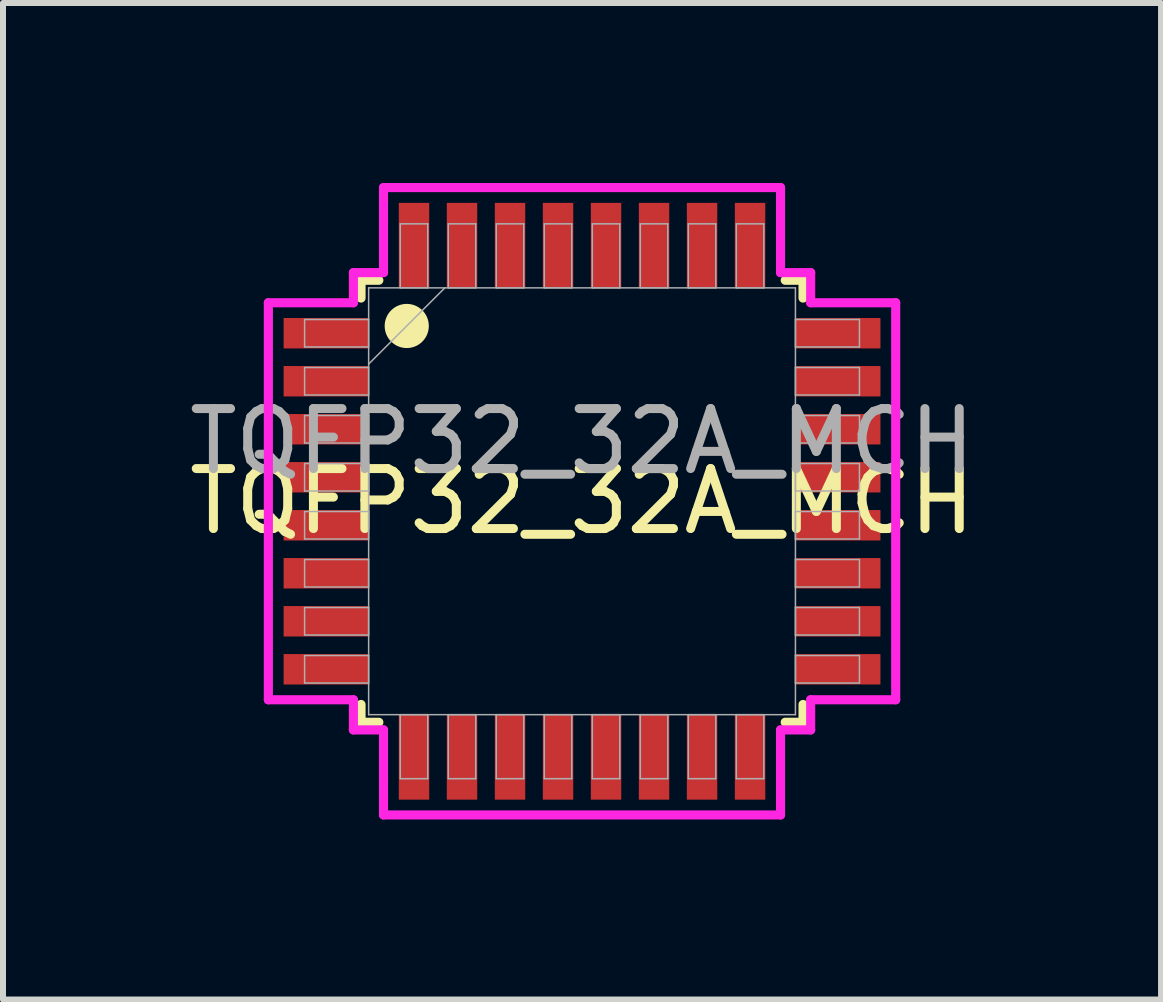
<source format=kicad_pcb>
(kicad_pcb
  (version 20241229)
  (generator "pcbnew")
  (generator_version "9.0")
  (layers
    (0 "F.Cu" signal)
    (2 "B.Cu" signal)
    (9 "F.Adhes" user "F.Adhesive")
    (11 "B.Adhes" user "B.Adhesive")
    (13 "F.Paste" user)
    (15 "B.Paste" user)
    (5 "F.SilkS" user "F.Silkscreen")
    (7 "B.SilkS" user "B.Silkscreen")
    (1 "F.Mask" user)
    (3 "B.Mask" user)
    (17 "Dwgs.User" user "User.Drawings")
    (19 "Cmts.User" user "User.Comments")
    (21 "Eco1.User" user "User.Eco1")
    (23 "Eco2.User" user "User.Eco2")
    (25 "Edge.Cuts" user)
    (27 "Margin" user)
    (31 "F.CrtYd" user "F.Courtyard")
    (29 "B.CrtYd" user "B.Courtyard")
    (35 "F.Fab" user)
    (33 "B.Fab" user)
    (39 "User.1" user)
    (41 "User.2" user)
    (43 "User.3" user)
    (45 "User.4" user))
  (footprint "TQFP32_32A_MCH"
    (layer "F.Cu")
    (at 6.649 5.303)
    (property "Reference" "TQFP32_32A_MCH" (at 0 0 0) (unlocked yes) (layer "F.SilkS") (effects (font (size 1 1) (thickness 0.15))))
    (attr smd)
    (fp_line (start -3.683 -3.683) (end -3.683 -3.386) (stroke (width 0.152) (type solid)) (layer "F.SilkS"))
    (fp_line (start -3.683 3.386) (end -3.683 3.683) (stroke (width 0.152) (type solid)) (layer "F.SilkS"))
    (fp_line (start -3.683 3.683) (end -3.386 3.683) (stroke (width 0.152) (type solid)) (layer "F.SilkS"))
    (fp_line (start -3.386 -3.683) (end -3.683 -3.683) (stroke (width 0.152) (type solid)) (layer "F.SilkS"))
    (fp_line (start 3.386 3.683) (end 3.683 3.683) (stroke (width 0.152) (type solid)) (layer "F.SilkS"))
    (fp_line (start 3.683 -3.683) (end 3.386 -3.683) (stroke (width 0.152) (type solid)) (layer "F.SilkS"))
    (fp_line (start 3.683 -3.386) (end 3.683 -3.683) (stroke (width 0.152) (type solid)) (layer "F.SilkS"))
    (fp_line (start 3.683 3.683) (end 3.683 3.386) (stroke (width 0.152) (type solid)) (layer "F.SilkS"))
    (fp_circle (center -2.921 -2.921) (end -3.214 -2.921) (stroke (width 0.15) (type solid)) (fill yes) (layer "F.SilkS"))
    (fp_line (start -5.227 -3.308) (end -3.81 -3.308) (stroke (width 0.152) (type solid)) (layer "F.CrtYd"))
    (fp_line (start -5.227 3.308) (end -5.227 -3.308) (stroke (width 0.152) (type solid)) (layer "F.CrtYd"))
    (fp_line (start -3.81 -3.81) (end -3.308 -3.81) (stroke (width 0.152) (type solid)) (layer "F.CrtYd"))
    (fp_line (start -3.81 -3.308) (end -3.81 -3.81) (stroke (width 0.152) (type solid)) (layer "F.CrtYd"))
    (fp_line (start -3.81 3.308) (end -5.227 3.308) (stroke (width 0.152) (type solid)) (layer "F.CrtYd"))
    (fp_line (start -3.81 3.81) (end -3.81 3.308) (stroke (width 0.152) (type solid)) (layer "F.CrtYd"))
    (fp_line (start -3.81 3.81) (end -3.308 3.81) (stroke (width 0.152) (type solid)) (layer "F.CrtYd"))
    (fp_line (start -3.308 -5.227) (end 3.308 -5.227) (stroke (width 0.152) (type solid)) (layer "F.CrtYd"))
    (fp_line (start -3.308 -3.81) (end -3.308 -5.227) (stroke (width 0.152) (type solid)) (layer "F.CrtYd"))
    (fp_line (start -3.308 3.81) (end -3.308 5.227) (stroke (width 0.152) (type solid)) (layer "F.CrtYd"))
    (fp_line (start -3.308 5.227) (end 3.308 5.227) (stroke (width 0.152) (type solid)) (layer "F.CrtYd"))
    (fp_line (start 3.308 -5.227) (end 3.308 -3.81) (stroke (width 0.152) (type solid)) (layer "F.CrtYd"))
    (fp_line (start 3.308 -3.81) (end 3.81 -3.81) (stroke (width 0.152) (type solid)) (layer "F.CrtYd"))
    (fp_line (start 3.308 3.81) (end 3.81 3.81) (stroke (width 0.152) (type solid)) (layer "F.CrtYd"))
    (fp_line (start 3.308 5.227) (end 3.308 3.81) (stroke (width 0.152) (type solid)) (layer "F.CrtYd"))
    (fp_line (start 3.81 -3.308) (end 3.81 -3.81) (stroke (width 0.152) (type solid)) (layer "F.CrtYd"))
    (fp_line (start 3.81 3.308) (end 5.227 3.308) (stroke (width 0.152) (type solid)) (layer "F.CrtYd"))
    (fp_line (start 3.81 3.81) (end 3.81 3.308) (stroke (width 0.152) (type solid)) (layer "F.CrtYd"))
    (fp_line (start 5.227 -3.308) (end 3.81 -3.308) (stroke (width 0.152) (type solid)) (layer "F.CrtYd"))
    (fp_line (start 5.227 3.308) (end 5.227 -3.308) (stroke (width 0.152) (type solid)) (layer "F.CrtYd"))
    (fp_line (start -4.623 -3.029) (end -4.623 -2.571) (stroke (width 0.025) (type solid)) (layer "F.Fab"))
    (fp_line (start -4.623 -2.571) (end -3.556 -2.571) (stroke (width 0.025) (type solid)) (layer "F.Fab"))
    (fp_line (start -4.623 -2.229) (end -4.623 -1.771) (stroke (width 0.025) (type solid)) (layer "F.Fab"))
    (fp_line (start -4.623 -1.771) (end -3.556 -1.771) (stroke (width 0.025) (type solid)) (layer "F.Fab"))
    (fp_line (start -4.623 -1.429) (end -4.623 -0.971) (stroke (width 0.025) (type solid)) (layer "F.Fab"))
    (fp_line (start -4.623 -0.971) (end -3.556 -0.971) (stroke (width 0.025) (type solid)) (layer "F.Fab"))
    (fp_line (start -4.623 -0.629) (end -4.623 -0.171) (stroke (width 0.025) (type solid)) (layer "F.Fab"))
    (fp_line (start -4.623 -0.171) (end -3.556 -0.171) (stroke (width 0.025) (type solid)) (layer "F.Fab"))
    (fp_line (start -4.623 0.171) (end -4.623 0.629) (stroke (width 0.025) (type solid)) (layer "F.Fab"))
    (fp_line (start -4.623 0.629) (end -3.556 0.629) (stroke (width 0.025) (type solid)) (layer "F.Fab"))
    (fp_line (start -4.623 0.971) (end -4.623 1.429) (stroke (width 0.025) (type solid)) (layer "F.Fab"))
    (fp_line (start -4.623 1.429) (end -3.556 1.429) (stroke (width 0.025) (type solid)) (layer "F.Fab"))
    (fp_line (start -4.623 1.771) (end -4.623 2.229) (stroke (width 0.025) (type solid)) (layer "F.Fab"))
    (fp_line (start -4.623 2.229) (end -3.556 2.229) (stroke (width 0.025) (type solid)) (layer "F.Fab"))
    (fp_line (start -4.623 2.571) (end -4.623 3.029) (stroke (width 0.025) (type solid)) (layer "F.Fab"))
    (fp_line (start -4.623 3.029) (end -3.556 3.029) (stroke (width 0.025) (type solid)) (layer "F.Fab"))
    (fp_line (start -3.556 -3.556) (end -3.556 3.556) (stroke (width 0.025) (type solid)) (layer "F.Fab"))
    (fp_line (start -3.556 -3.029) (end -4.623 -3.029) (stroke (width 0.025) (type solid)) (layer "F.Fab"))
    (fp_line (start -3.556 -2.571) (end -3.556 -3.029) (stroke (width 0.025) (type solid)) (layer "F.Fab"))
    (fp_line (start -3.556 -2.286) (end -2.286 -3.556) (stroke (width 0.025) (type solid)) (layer "F.Fab"))
    (fp_line (start -3.556 -2.229) (end -4.623 -2.229) (stroke (width 0.025) (type solid)) (layer "F.Fab"))
    (fp_line (start -3.556 -1.771) (end -3.556 -2.229) (stroke (width 0.025) (type solid)) (layer "F.Fab"))
    (fp_line (start -3.556 -1.429) (end -4.623 -1.429) (stroke (width 0.025) (type solid)) (layer "F.Fab"))
    (fp_line (start -3.556 -0.971) (end -3.556 -1.429) (stroke (width 0.025) (type solid)) (layer "F.Fab"))
    (fp_line (start -3.556 -0.629) (end -4.623 -0.629) (stroke (width 0.025) (type solid)) (layer "F.Fab"))
    (fp_line (start -3.556 -0.171) (end -3.556 -0.629) (stroke (width 0.025) (type solid)) (layer "F.Fab"))
    (fp_line (start -3.556 0.171) (end -4.623 0.171) (stroke (width 0.025) (type solid)) (layer "F.Fab"))
    (fp_line (start -3.556 0.629) (end -3.556 0.171) (stroke (width 0.025) (type solid)) (layer "F.Fab"))
    (fp_line (start -3.556 0.971) (end -4.623 0.971) (stroke (width 0.025) (type solid)) (layer "F.Fab"))
    (fp_line (start -3.556 1.429) (end -3.556 0.971) (stroke (width 0.025) (type solid)) (layer "F.Fab"))
    (fp_line (start -3.556 1.771) (end -4.623 1.771) (stroke (width 0.025) (type solid)) (layer "F.Fab"))
    (fp_line (start -3.556 2.229) (end -3.556 1.771) (stroke (width 0.025) (type solid)) (layer "F.Fab"))
    (fp_line (start -3.556 2.571) (end -4.623 2.571) (stroke (width 0.025) (type solid)) (layer "F.Fab"))
    (fp_line (start -3.556 3.029) (end -3.556 2.571) (stroke (width 0.025) (type solid)) (layer "F.Fab"))
    (fp_line (start -3.556 3.556) (end 3.556 3.556) (stroke (width 0.025) (type solid)) (layer "F.Fab"))
    (fp_line (start -3.029 -4.623) (end -3.029 -3.556) (stroke (width 0.025) (type solid)) (layer "F.Fab"))
    (fp_line (start -3.029 -3.556) (end -2.571 -3.556) (stroke (width 0.025) (type solid)) (layer "F.Fab"))
    (fp_line (start -3.029 3.556) (end -3.029 4.623) (stroke (width 0.025) (type solid)) (layer "F.Fab"))
    (fp_line (start -3.029 4.623) (end -2.571 4.623) (stroke (width 0.025) (type solid)) (layer "F.Fab"))
    (fp_line (start -2.571 -4.623) (end -3.029 -4.623) (stroke (width 0.025) (type solid)) (layer "F.Fab"))
    (fp_line (start -2.571 -3.556) (end -2.571 -4.623) (stroke (width 0.025) (type solid)) (layer "F.Fab"))
    (fp_line (start -2.571 3.556) (end -3.029 3.556) (stroke (width 0.025) (type solid)) (layer "F.Fab"))
    (fp_line (start -2.571 4.623) (end -2.571 3.556) (stroke (width 0.025) (type solid)) (layer "F.Fab"))
    (fp_line (start -2.229 -4.623) (end -2.229 -3.556) (stroke (width 0.025) (type solid)) (layer "F.Fab"))
    (fp_line (start -2.229 -3.556) (end -1.771 -3.556) (stroke (width 0.025) (type solid)) (layer "F.Fab"))
    (fp_line (start -2.229 3.556) (end -2.229 4.623) (stroke (width 0.025) (type solid)) (layer "F.Fab"))
    (fp_line (start -2.229 4.623) (end -1.771 4.623) (stroke (width 0.025) (type solid)) (layer "F.Fab"))
    (fp_line (start -1.771 -4.623) (end -2.229 -4.623) (stroke (width 0.025) (type solid)) (layer "F.Fab"))
    (fp_line (start -1.771 -3.556) (end -1.771 -4.623) (stroke (width 0.025) (type solid)) (layer "F.Fab"))
    (fp_line (start -1.771 3.556) (end -2.229 3.556) (stroke (width 0.025) (type solid)) (layer "F.Fab"))
    (fp_line (start -1.771 4.623) (end -1.771 3.556) (stroke (width 0.025) (type solid)) (layer "F.Fab"))
    (fp_line (start -1.429 -4.623) (end -1.429 -3.556) (stroke (width 0.025) (type solid)) (layer "F.Fab"))
    (fp_line (start -1.429 -3.556) (end -0.971 -3.556) (stroke (width 0.025) (type solid)) (layer "F.Fab"))
    (fp_line (start -1.429 3.556) (end -1.429 4.623) (stroke (width 0.025) (type solid)) (layer "F.Fab"))
    (fp_line (start -1.429 4.623) (end -0.971 4.623) (stroke (width 0.025) (type solid)) (layer "F.Fab"))
    (fp_line (start -0.971 -4.623) (end -1.429 -4.623) (stroke (width 0.025) (type solid)) (layer "F.Fab"))
    (fp_line (start -0.971 -3.556) (end -0.971 -4.623) (stroke (width 0.025) (type solid)) (layer "F.Fab"))
    (fp_line (start -0.971 3.556) (end -1.429 3.556) (stroke (width 0.025) (type solid)) (layer "F.Fab"))
    (fp_line (start -0.971 4.623) (end -0.971 3.556) (stroke (width 0.025) (type solid)) (layer "F.Fab"))
    (fp_line (start -0.629 -4.623) (end -0.629 -3.556) (stroke (width 0.025) (type solid)) (layer "F.Fab"))
    (fp_line (start -0.629 -3.556) (end -0.171 -3.556) (stroke (width 0.025) (type solid)) (layer "F.Fab"))
    (fp_line (start -0.629 3.556) (end -0.629 4.623) (stroke (width 0.025) (type solid)) (layer "F.Fab"))
    (fp_line (start -0.629 4.623) (end -0.171 4.623) (stroke (width 0.025) (type solid)) (layer "F.Fab"))
    (fp_line (start -0.171 -4.623) (end -0.629 -4.623) (stroke (width 0.025) (type solid)) (layer "F.Fab"))
    (fp_line (start -0.171 -3.556) (end -0.171 -4.623) (stroke (width 0.025) (type solid)) (layer "F.Fab"))
    (fp_line (start -0.171 3.556) (end -0.629 3.556) (stroke (width 0.025) (type solid)) (layer "F.Fab"))
    (fp_line (start -0.171 4.623) (end -0.171 3.556) (stroke (width 0.025) (type solid)) (layer "F.Fab"))
    (fp_line (start 0.171 -4.623) (end 0.171 -3.556) (stroke (width 0.025) (type solid)) (layer "F.Fab"))
    (fp_line (start 0.171 -3.556) (end 0.629 -3.556) (stroke (width 0.025) (type solid)) (layer "F.Fab"))
    (fp_line (start 0.171 3.556) (end 0.171 4.623) (stroke (width 0.025) (type solid)) (layer "F.Fab"))
    (fp_line (start 0.171 4.623) (end 0.629 4.623) (stroke (width 0.025) (type solid)) (layer "F.Fab"))
    (fp_line (start 0.629 -4.623) (end 0.171 -4.623) (stroke (width 0.025) (type solid)) (layer "F.Fab"))
    (fp_line (start 0.629 -3.556) (end 0.629 -4.623) (stroke (width 0.025) (type solid)) (layer "F.Fab"))
    (fp_line (start 0.629 3.556) (end 0.171 3.556) (stroke (width 0.025) (type solid)) (layer "F.Fab"))
    (fp_line (start 0.629 4.623) (end 0.629 3.556) (stroke (width 0.025) (type solid)) (layer "F.Fab"))
    (fp_line (start 0.971 -4.623) (end 0.971 -3.556) (stroke (width 0.025) (type solid)) (layer "F.Fab"))
    (fp_line (start 0.971 -3.556) (end 1.429 -3.556) (stroke (width 0.025) (type solid)) (layer "F.Fab"))
    (fp_line (start 0.971 3.556) (end 0.971 4.623) (stroke (width 0.025) (type solid)) (layer "F.Fab"))
    (fp_line (start 0.971 4.623) (end 1.429 4.623) (stroke (width 0.025) (type solid)) (layer "F.Fab"))
    (fp_line (start 1.429 -4.623) (end 0.971 -4.623) (stroke (width 0.025) (type solid)) (layer "F.Fab"))
    (fp_line (start 1.429 -3.556) (end 1.429 -4.623) (stroke (width 0.025) (type solid)) (layer "F.Fab"))
    (fp_line (start 1.429 3.556) (end 0.971 3.556) (stroke (width 0.025) (type solid)) (layer "F.Fab"))
    (fp_line (start 1.429 4.623) (end 1.429 3.556) (stroke (width 0.025) (type solid)) (layer "F.Fab"))
    (fp_line (start 1.771 -4.623) (end 1.771 -3.556) (stroke (width 0.025) (type solid)) (layer "F.Fab"))
    (fp_line (start 1.771 -3.556) (end 2.229 -3.556) (stroke (width 0.025) (type solid)) (layer "F.Fab"))
    (fp_line (start 1.771 3.556) (end 1.771 4.623) (stroke (width 0.025) (type solid)) (layer "F.Fab"))
    (fp_line (start 1.771 4.623) (end 2.229 4.623) (stroke (width 0.025) (type solid)) (layer "F.Fab"))
    (fp_line (start 2.229 -4.623) (end 1.771 -4.623) (stroke (width 0.025) (type solid)) (layer "F.Fab"))
    (fp_line (start 2.229 -3.556) (end 2.229 -4.623) (stroke (width 0.025) (type solid)) (layer "F.Fab"))
    (fp_line (start 2.229 3.556) (end 1.771 3.556) (stroke (width 0.025) (type solid)) (layer "F.Fab"))
    (fp_line (start 2.229 4.623) (end 2.229 3.556) (stroke (width 0.025) (type solid)) (layer "F.Fab"))
    (fp_line (start 2.571 -4.623) (end 2.571 -3.556) (stroke (width 0.025) (type solid)) (layer "F.Fab"))
    (fp_line (start 2.571 -3.556) (end 3.029 -3.556) (stroke (width 0.025) (type solid)) (layer "F.Fab"))
    (fp_line (start 2.571 3.556) (end 2.571 4.623) (stroke (width 0.025) (type solid)) (layer "F.Fab"))
    (fp_line (start 2.571 4.623) (end 3.029 4.623) (stroke (width 0.025) (type solid)) (layer "F.Fab"))
    (fp_line (start 3.029 -4.623) (end 2.571 -4.623) (stroke (width 0.025) (type solid)) (layer "F.Fab"))
    (fp_line (start 3.029 -3.556) (end 3.029 -4.623) (stroke (width 0.025) (type solid)) (layer "F.Fab"))
    (fp_line (start 3.029 3.556) (end 2.571 3.556) (stroke (width 0.025) (type solid)) (layer "F.Fab"))
    (fp_line (start 3.029 4.623) (end 3.029 3.556) (stroke (width 0.025) (type solid)) (layer "F.Fab"))
    (fp_line (start 3.556 -3.556) (end -3.556 -3.556) (stroke (width 0.025) (type solid)) (layer "F.Fab"))
    (fp_line (start 3.556 -3.029) (end 3.556 -2.571) (stroke (width 0.025) (type solid)) (layer "F.Fab"))
    (fp_line (start 3.556 -2.571) (end 4.623 -2.571) (stroke (width 0.025) (type solid)) (layer "F.Fab"))
    (fp_line (start 3.556 -2.229) (end 3.556 -1.771) (stroke (width 0.025) (type solid)) (layer "F.Fab"))
    (fp_line (start 3.556 -1.771) (end 4.623 -1.771) (stroke (width 0.025) (type solid)) (layer "F.Fab"))
    (fp_line (start 3.556 -1.429) (end 3.556 -0.971) (stroke (width 0.025) (type solid)) (layer "F.Fab"))
    (fp_line (start 3.556 -0.971) (end 4.623 -0.971) (stroke (width 0.025) (type solid)) (layer "F.Fab"))
    (fp_line (start 3.556 -0.629) (end 3.556 -0.171) (stroke (width 0.025) (type solid)) (layer "F.Fab"))
    (fp_line (start 3.556 -0.171) (end 4.623 -0.171) (stroke (width 0.025) (type solid)) (layer "F.Fab"))
    (fp_line (start 3.556 0.171) (end 3.556 0.629) (stroke (width 0.025) (type solid)) (layer "F.Fab"))
    (fp_line (start 3.556 0.629) (end 4.623 0.629) (stroke (width 0.025) (type solid)) (layer "F.Fab"))
    (fp_line (start 3.556 0.971) (end 3.556 1.429) (stroke (width 0.025) (type solid)) (layer "F.Fab"))
    (fp_line (start 3.556 1.429) (end 4.623 1.429) (stroke (width 0.025) (type solid)) (layer "F.Fab"))
    (fp_line (start 3.556 1.771) (end 3.556 2.229) (stroke (width 0.025) (type solid)) (layer "F.Fab"))
    (fp_line (start 3.556 2.229) (end 4.623 2.229) (stroke (width 0.025) (type solid)) (layer "F.Fab"))
    (fp_line (start 3.556 2.571) (end 3.556 3.029) (stroke (width 0.025) (type solid)) (layer "F.Fab"))
    (fp_line (start 3.556 3.029) (end 4.623 3.029) (stroke (width 0.025) (type solid)) (layer "F.Fab"))
    (fp_line (start 3.556 3.556) (end 3.556 -3.556) (stroke (width 0.025) (type solid)) (layer "F.Fab"))
    (fp_line (start 4.623 -3.029) (end 3.556 -3.029) (stroke (width 0.025) (type solid)) (layer "F.Fab"))
    (fp_line (start 4.623 -2.571) (end 4.623 -3.029) (stroke (width 0.025) (type solid)) (layer "F.Fab"))
    (fp_line (start 4.623 -2.229) (end 3.556 -2.229) (stroke (width 0.025) (type solid)) (layer "F.Fab"))
    (fp_line (start 4.623 -1.771) (end 4.623 -2.229) (stroke (width 0.025) (type solid)) (layer "F.Fab"))
    (fp_line (start 4.623 -1.429) (end 3.556 -1.429) (stroke (width 0.025) (type solid)) (layer "F.Fab"))
    (fp_line (start 4.623 -0.971) (end 4.623 -1.429) (stroke (width 0.025) (type solid)) (layer "F.Fab"))
    (fp_line (start 4.623 -0.629) (end 3.556 -0.629) (stroke (width 0.025) (type solid)) (layer "F.Fab"))
    (fp_line (start 4.623 -0.171) (end 4.623 -0.629) (stroke (width 0.025) (type solid)) (layer "F.Fab"))
    (fp_line (start 4.623 0.171) (end 3.556 0.171) (stroke (width 0.025) (type solid)) (layer "F.Fab"))
    (fp_line (start 4.623 0.629) (end 4.623 0.171) (stroke (width 0.025) (type solid)) (layer "F.Fab"))
    (fp_line (start 4.623 0.971) (end 3.556 0.971) (stroke (width 0.025) (type solid)) (layer "F.Fab"))
    (fp_line (start 4.623 1.429) (end 4.623 0.971) (stroke (width 0.025) (type solid)) (layer "F.Fab"))
    (fp_line (start 4.623 1.771) (end 3.556 1.771) (stroke (width 0.025) (type solid)) (layer "F.Fab"))
    (fp_line (start 4.623 2.229) (end 4.623 1.771) (stroke (width 0.025) (type solid)) (layer "F.Fab"))
    (fp_line (start 4.623 2.571) (end 3.556 2.571) (stroke (width 0.025) (type solid)) (layer "F.Fab"))
    (fp_line (start 4.623 3.029) (end 4.623 2.571) (stroke (width 0.025) (type solid)) (layer "F.Fab"))
    (fp_text user "${REFERENCE}" (at 0 -1 0) (unlocked yes) (layer "F.Fab") (effects (font (size 1 1) (thickness 0.15))))
    (pad "1" smd rect (at -4.264 -2.8 90) (size 0.507 1.417) (layers "F.Cu" "F.Mask" "F.Paste"))
    (pad "2" smd rect (at -4.264 -2 90) (size 0.507 1.417) (layers "F.Cu" "F.Mask" "F.Paste"))
    (pad "3" smd rect (at -4.264 -1.2 90) (size 0.507 1.417) (layers "F.Cu" "F.Mask" "F.Paste"))
    (pad "4" smd rect (at -4.264 -0.4 90) (size 0.507 1.417) (layers "F.Cu" "F.Mask" "F.Paste"))
    (pad "5" smd rect (at -4.264 0.4 90) (size 0.507 1.417) (layers "F.Cu" "F.Mask" "F.Paste"))
    (pad "6" smd rect (at -4.264 1.2 90) (size 0.507 1.417) (layers "F.Cu" "F.Mask" "F.Paste"))
    (pad "7" smd rect (at -4.264 2 90) (size 0.507 1.417) (layers "F.Cu" "F.Mask" "F.Paste"))
    (pad "8" smd rect (at -4.264 2.8 90) (size 0.507 1.417) (layers "F.Cu" "F.Mask" "F.Paste"))
    (pad "9" smd rect (at -2.8 4.264) (size 0.507 1.417) (layers "F.Cu" "F.Mask" "F.Paste"))
    (pad "10" smd rect (at -2 4.264) (size 0.507 1.417) (layers "F.Cu" "F.Mask" "F.Paste"))
    (pad "11" smd rect (at -1.2 4.264) (size 0.507 1.417) (layers "F.Cu" "F.Mask" "F.Paste"))
    (pad "12" smd rect (at -0.4 4.264) (size 0.507 1.417) (layers "F.Cu" "F.Mask" "F.Paste"))
    (pad "13" smd rect (at 0.4 4.264) (size 0.507 1.417) (layers "F.Cu" "F.Mask" "F.Paste"))
    (pad "14" smd rect (at 1.2 4.264) (size 0.507 1.417) (layers "F.Cu" "F.Mask" "F.Paste"))
    (pad "15" smd rect (at 2 4.264) (size 0.507 1.417) (layers "F.Cu" "F.Mask" "F.Paste"))
    (pad "16" smd rect (at 2.8 4.264) (size 0.507 1.417) (layers "F.Cu" "F.Mask" "F.Paste"))
    (pad "17" smd rect (at 4.264 2.8 90) (size 0.507 1.417) (layers "F.Cu" "F.Mask" "F.Paste"))
    (pad "18" smd rect (at 4.264 2 90) (size 0.507 1.417) (layers "F.Cu" "F.Mask" "F.Paste"))
    (pad "19" smd rect (at 4.264 1.2 90) (size 0.507 1.417) (layers "F.Cu" "F.Mask" "F.Paste"))
    (pad "20" smd rect (at 4.264 0.4 90) (size 0.507 1.417) (layers "F.Cu" "F.Mask" "F.Paste"))
    (pad "21" smd rect (at 4.264 -0.4 90) (size 0.507 1.417) (layers "F.Cu" "F.Mask" "F.Paste"))
    (pad "22" smd rect (at 4.264 -1.2 90) (size 0.507 1.417) (layers "F.Cu" "F.Mask" "F.Paste"))
    (pad "23" smd rect (at 4.264 -2 90) (size 0.507 1.417) (layers "F.Cu" "F.Mask" "F.Paste"))
    (pad "24" smd rect (at 4.264 -2.8 90) (size 0.507 1.417) (layers "F.Cu" "F.Mask" "F.Paste"))
    (pad "25" smd rect (at 2.8 -4.264) (size 0.507 1.417) (layers "F.Cu" "F.Mask" "F.Paste"))
    (pad "26" smd rect (at 2 -4.264) (size 0.507 1.417) (layers "F.Cu" "F.Mask" "F.Paste"))
    (pad "27" smd rect (at 1.2 -4.264) (size 0.507 1.417) (layers "F.Cu" "F.Mask" "F.Paste"))
    (pad "28" smd rect (at 0.4 -4.264) (size 0.507 1.417) (layers "F.Cu" "F.Mask" "F.Paste"))
    (pad "29" smd rect (at -0.4 -4.264) (size 0.507 1.417) (layers "F.Cu" "F.Mask" "F.Paste"))
    (pad "30" smd rect (at -1.2 -4.264) (size 0.507 1.417) (layers "F.Cu" "F.Mask" "F.Paste"))
    (pad "31" smd rect (at -2 -4.264) (size 0.507 1.417) (layers "F.Cu" "F.Mask" "F.Paste"))
    (pad "32" smd rect (at -2.8 -4.264) (size 0.507 1.417) (layers "F.Cu" "F.Mask" "F.Paste")))
  (gr_rect
    (start -3 -3)
    (end 16.298 13.606)
    (stroke (width 0.1) (type default))
    (fill no)
    (layer "Edge.Cuts")))
</source>
